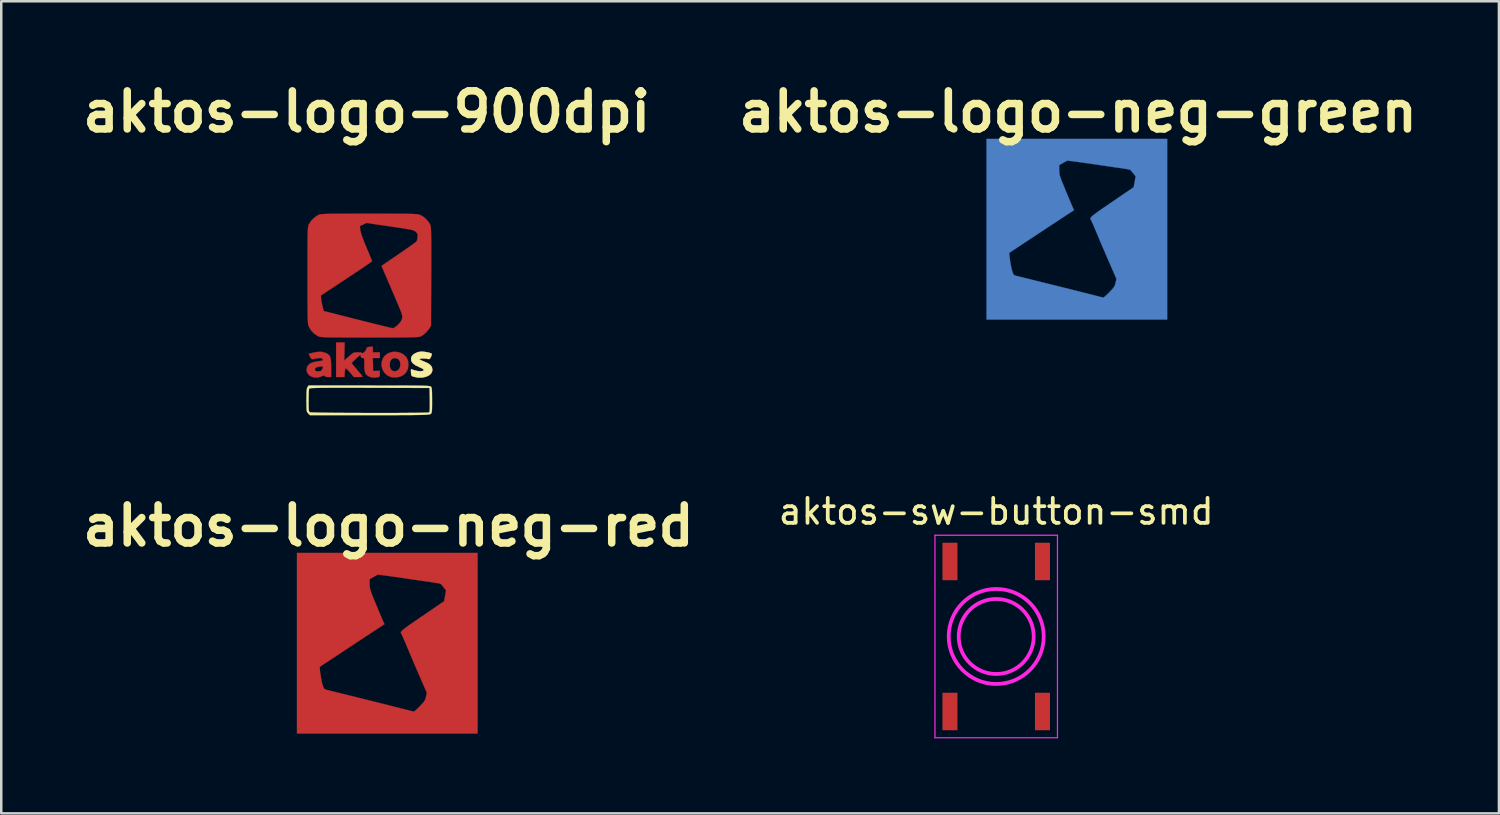
<source format=kicad_pcb>
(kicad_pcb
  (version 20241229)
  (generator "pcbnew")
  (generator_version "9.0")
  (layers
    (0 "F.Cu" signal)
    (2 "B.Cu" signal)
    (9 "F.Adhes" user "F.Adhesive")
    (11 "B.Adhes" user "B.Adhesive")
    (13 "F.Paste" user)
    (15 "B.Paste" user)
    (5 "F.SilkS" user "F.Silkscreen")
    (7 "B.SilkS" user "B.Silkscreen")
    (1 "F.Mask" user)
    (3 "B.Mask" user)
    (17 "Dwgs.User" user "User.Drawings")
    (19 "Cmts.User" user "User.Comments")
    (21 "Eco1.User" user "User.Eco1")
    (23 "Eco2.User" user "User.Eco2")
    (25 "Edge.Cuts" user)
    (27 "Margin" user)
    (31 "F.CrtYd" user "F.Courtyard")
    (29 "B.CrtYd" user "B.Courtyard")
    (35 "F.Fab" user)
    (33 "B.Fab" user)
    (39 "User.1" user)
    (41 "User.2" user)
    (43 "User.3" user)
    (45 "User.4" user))
  (footprint "aktos-logo-900dpi"
    (layer "F.Cu")
    (at 11.619 8.968)
    (property "Reference" "aktos-logo-900dpi" (at 0 -7.55 0) (layer "F.SilkS") (effects (font (size 1.524 1.524) (thickness 0.3))))
    (attr through_hole)
    (fp_poly (pts (xy 1.324 2.083) (xy 1.465 2.152) (xy 1.576 2.258) (xy 1.6 2.292) (xy 1.652 2.424) (xy 1.667 2.577) (xy 1.646 2.729) (xy 1.589 2.857) (xy 1.485 2.967) (xy 1.346 3.042) (xy 1.187 3.079) (xy 1.021 3.074) (xy 0.938 3.054) (xy 0.799 2.982) (xy 0.693 2.874) (xy 0.623 2.74) (xy 0.597 2.62) (xy 0.922 2.62) (xy 0.93 2.675) (xy 0.97 2.765) (xy 1.043 2.819) (xy 1.133 2.833) (xy 1.225 2.803) (xy 1.273 2.767) (xy 1.324 2.684) (xy 1.345 2.581) (xy 1.337 2.476) (xy 1.301 2.387) (xy 1.239 2.331) (xy 1.125 2.302) (xy 1.032 2.321) (xy 0.963 2.384) (xy 0.925 2.485) (xy 0.922 2.62) (xy 0.597 2.62) (xy 0.591 2.593) (xy 0.601 2.442) (xy 0.655 2.3) (xy 0.732 2.198) (xy 0.859 2.108) (xy 1.009 2.059) (xy 1.168 2.051) (xy 1.324 2.083)) (stroke (width 0.01) (type solid)) (fill yes) (layer "F.Cu"))
    (fp_poly (pts (xy 2.281 2.052) (xy 2.386 2.066) (xy 2.485 2.087) (xy 2.561 2.11) (xy 2.598 2.131) (xy 2.596 2.169) (xy 2.574 2.235) (xy 2.564 2.257) (xy 2.528 2.322) (xy 2.494 2.345) (xy 2.444 2.338) (xy 2.444 2.338) (xy 2.364 2.322) (xy 2.272 2.316) (xy 2.186 2.319) (xy 2.124 2.33) (xy 2.106 2.342) (xy 2.124 2.365) (xy 2.184 2.398) (xy 2.272 2.436) (xy 2.284 2.441) (xy 2.442 2.51) (xy 2.547 2.585) (xy 2.606 2.67) (xy 2.622 2.772) (xy 2.616 2.828) (xy 2.573 2.921) (xy 2.486 2.997) (xy 2.366 3.051) (xy 2.221 3.081) (xy 2.064 3.083) (xy 1.904 3.055) (xy 1.892 3.052) (xy 1.823 3.028) (xy 1.789 2.997) (xy 1.775 2.94) (xy 1.771 2.885) (xy 1.768 2.807) (xy 1.77 2.759) (xy 1.773 2.751) (xy 1.803 2.76) (xy 1.869 2.781) (xy 1.913 2.795) (xy 2.021 2.821) (xy 2.135 2.832) (xy 2.165 2.831) (xy 2.253 2.816) (xy 2.287 2.789) (xy 2.267 2.751) (xy 2.195 2.705) (xy 2.109 2.667) (xy 1.944 2.588) (xy 1.835 2.503) (xy 1.779 2.41) (xy 1.774 2.307) (xy 1.793 2.245) (xy 1.849 2.171) (xy 1.945 2.108) (xy 2.063 2.063) (xy 2.185 2.046) (xy 2.187 2.046) (xy 2.281 2.052)) (stroke (width 0.01) (type solid)) (fill yes) (layer "F.Cu"))
    (fp_poly (pts (xy -1.64 2.098) (xy -1.561 2.139) (xy -1.504 2.189) (xy -1.465 2.258) (xy -1.441 2.354) (xy -1.428 2.485) (xy -1.424 2.663) (xy -1.424 2.708) (xy -1.424 3.062) (xy -1.548 3.062) (xy -1.642 3.052) (xy -1.686 3.024) (xy -1.687 3.022) (xy -1.706 3) (xy -1.744 3.005) (xy -1.809 3.036) (xy -1.961 3.083) (xy -2.121 3.075) (xy -2.216 3.045) (xy -2.32 2.976) (xy -2.386 2.88) (xy -2.409 2.769) (xy -2.404 2.746) (xy -2.073 2.746) (xy -2.064 2.8) (xy -2.054 2.817) (xy -2.011 2.832) (xy -1.94 2.835) (xy -1.868 2.827) (xy -1.828 2.814) (xy -1.794 2.773) (xy -1.765 2.715) (xy -1.749 2.664) (xy -1.764 2.643) (xy -1.822 2.638) (xy -1.832 2.638) (xy -1.945 2.65) (xy -2.028 2.682) (xy -2.07 2.728) (xy -2.073 2.746) (xy -2.404 2.746) (xy -2.386 2.657) (xy -2.343 2.589) (xy -2.267 2.523) (xy -2.159 2.475) (xy -2.009 2.44) (xy -1.898 2.424) (xy -1.808 2.412) (xy -1.764 2.398) (xy -1.754 2.378) (xy -1.766 2.349) (xy -1.792 2.316) (xy -1.835 2.303) (xy -1.911 2.305) (xy -1.942 2.308) (xy -2.039 2.321) (xy -2.121 2.336) (xy -2.149 2.343) (xy -2.192 2.346) (xy -2.228 2.318) (xy -2.267 2.25) (xy -2.324 2.138) (xy -2.206 2.103) (xy -1.989 2.057) (xy -1.797 2.056) (xy -1.64 2.098)) (stroke (width 0.01) (type solid)) (fill yes) (layer "F.Cu"))
    (fp_poly (pts (xy -0.893 2.042) (xy -0.902 2.405) (xy -0.716 2.239) (xy -0.626 2.16) (xy -0.561 2.112) (xy -0.507 2.086) (xy -0.446 2.076) (xy -0.364 2.074) (xy -0.355 2.074) (xy -0.25 2.078) (xy -0.201 2.091) (xy -0.198 2.105) (xy -0.19 2.114) (xy -0.145 2.098) (xy -0.133 2.092) (xy -0.054 2.021) (xy -0.024 1.956) (xy -0.000495 1.896) (xy 0.036 1.867) (xy 0.106 1.855) (xy 0.122 1.854) (xy 0.241 1.845) (xy 0.241 2.074) (xy 0.523 2.074) (xy 0.523 2.3) (xy 0.239 2.3) (xy 0.247 2.561) (xy 0.255 2.822) (xy 0.389 2.817) (xy 0.523 2.813) (xy 0.523 2.934) (xy 0.52 3.011) (xy 0.502 3.049) (xy 0.457 3.068) (xy 0.435 3.072) (xy 0.294 3.088) (xy 0.171 3.07) (xy 0.083 3.036) (xy 0.009 2.992) (xy -0.043 2.934) (xy -0.075 2.85) (xy -0.092 2.732) (xy -0.098 2.568) (xy -0.098 2.55) (xy -0.098 2.431) (xy -0.102 2.357) (xy -0.112 2.318) (xy -0.132 2.303) (xy -0.164 2.3) (xy -0.168 2.3) (xy -0.221 2.289) (xy -0.238 2.246) (xy -0.239 2.225) (xy -0.241 2.191) (xy -0.253 2.18) (xy -0.283 2.196) (xy -0.339 2.243) (xy -0.419 2.316) (xy -0.5 2.393) (xy -0.563 2.455) (xy -0.598 2.493) (xy -0.602 2.499) (xy -0.586 2.526) (xy -0.54 2.586) (xy -0.472 2.67) (xy -0.395 2.761) (xy -0.31 2.862) (xy -0.238 2.947) (xy -0.188 3.008) (xy -0.168 3.034) (xy -0.184 3.05) (xy -0.248 3.059) (xy -0.333 3.062) (xy -0.516 3.062) (xy -0.663 2.885) (xy -0.736 2.803) (xy -0.797 2.742) (xy -0.836 2.711) (xy -0.842 2.709) (xy -0.861 2.735) (xy -0.876 2.808) (xy -0.882 2.885) (xy -0.89 3.062) (xy -1.226 3.062) (xy -1.226 1.679) (xy -0.885 1.679) (xy -0.893 2.042)) (stroke (width 0.01) (type solid)) (fill yes) (layer "F.Cu"))
    (fp_poly (pts (xy 0.464 -3.472) (xy 0.79 -3.471) (xy 1.067 -3.471) (xy 1.301 -3.47) (xy 1.496 -3.468) (xy 1.655 -3.466) (xy 1.783 -3.463) (xy 1.884 -3.459) (xy 1.962 -3.454) (xy 2.022 -3.448) (xy 2.067 -3.441) (xy 2.102 -3.432) (xy 2.132 -3.423) (xy 2.136 -3.421) (xy 2.252 -3.357) (xy 2.368 -3.259) (xy 2.469 -3.145) (xy 2.539 -3.03) (xy 2.555 -2.988) (xy 2.562 -2.945) (xy 2.567 -2.863) (xy 2.572 -2.74) (xy 2.575 -2.575) (xy 2.578 -2.365) (xy 2.58 -2.108) (xy 2.58 -1.801) (xy 2.58 -1.443) (xy 2.578 -1.031) (xy 2.578 -0.932) (xy 2.569 1.016) (xy 2.494 1.131) (xy 2.381 1.271) (xy 2.246 1.385) (xy 2.14 1.443) (xy 2.112 1.451) (xy 2.065 1.458) (xy 1.995 1.463) (xy 1.899 1.468) (xy 1.773 1.472) (xy 1.613 1.475) (xy 1.415 1.477) (xy 1.177 1.479) (xy 0.893 1.48) (xy 0.561 1.481) (xy 0.177 1.481) (xy 0.108 1.481) (xy -0.272 1.481) (xy -0.599 1.48) (xy -0.878 1.479) (xy -1.114 1.478) (xy -1.309 1.477) (xy -1.469 1.475) (xy -1.597 1.472) (xy -1.698 1.468) (xy -1.775 1.463) (xy -1.834 1.457) (xy -1.878 1.45) (xy -1.911 1.442) (xy -1.937 1.433) (xy -1.947 1.429) (xy -2.097 1.332) (xy -2.227 1.196) (xy -2.311 1.058) (xy -2.322 1.032) (xy -2.332 1.005) (xy -2.34 0.972) (xy -2.347 0.929) (xy -2.353 0.872) (xy -2.358 0.796) (xy -2.362 0.699) (xy -2.364 0.574) (xy -2.366 0.419) (xy -2.368 0.229) (xy -2.369 -0.001) (xy -2.369 -0.198) (xy -1.838 -0.198) (xy -1.824 -0.057) (xy -1.809 0.053) (xy -1.783 0.18) (xy -1.765 0.254) (xy -1.72 0.423) (xy -0.366 0.766) (xy -0.097 0.834) (xy 0.156 0.897) (xy 0.389 0.955) (xy 0.594 1.006) (xy 0.768 1.048) (xy 0.905 1.081) (xy 0.998 1.102) (xy 1.043 1.111) (xy 1.045 1.111) (xy 1.093 1.094) (xy 1.164 1.045) (xy 1.244 0.977) (xy 1.246 0.975) (xy 1.336 0.878) (xy 1.39 0.793) (xy 1.415 0.715) (xy 1.421 0.682) (xy 1.422 0.648) (xy 1.418 0.608) (xy 1.405 0.555) (xy 1.383 0.486) (xy 1.348 0.393) (xy 1.3 0.272) (xy 1.235 0.118) (xy 1.152 -0.076) (xy 1.05 -0.315) (xy 1.015 -0.395) (xy 0.59 -1.384) (xy 1.289 -1.861) (xy 1.465 -1.982) (xy 1.626 -2.093) (xy 1.766 -2.192) (xy 1.878 -2.273) (xy 1.957 -2.333) (xy 1.998 -2.367) (xy 2.001 -2.372) (xy 2.013 -2.419) (xy 2.027 -2.498) (xy 2.032 -2.53) (xy 2.039 -2.614) (xy 2.023 -2.672) (xy 1.975 -2.732) (xy 1.969 -2.738) (xy 1.946 -2.761) (xy 1.922 -2.78) (xy 1.889 -2.797) (xy 1.843 -2.813) (xy 1.778 -2.829) (xy 1.686 -2.847) (xy 1.563 -2.868) (xy 1.402 -2.893) (xy 1.198 -2.924) (xy 0.943 -2.961) (xy 0.937 -2.962) (xy -0.013 -3.102) (xy -0.143 -3.038) (xy -0.274 -2.975) (xy -0.261 -2.828) (xy -0.241 -2.732) (xy -0.196 -2.588) (xy -0.124 -2.396) (xy -0.026 -2.154) (xy -0.017 -2.134) (xy 0.051 -1.97) (xy 0.112 -1.824) (xy 0.16 -1.704) (xy 0.195 -1.618) (xy 0.212 -1.573) (xy 0.213 -1.569) (xy 0.19 -1.551) (xy 0.125 -1.504) (xy 0.022 -1.434) (xy -0.114 -1.341) (xy -0.277 -1.231) (xy -0.464 -1.106) (xy -0.669 -0.97) (xy -0.813 -0.875) (xy -1.838 -0.198) (xy -2.369 -0.198) (xy -2.369 -0.274) (xy -2.369 -0.595) (xy -2.369 -0.968) (xy -2.369 -1.002) (xy -2.369 -1.38) (xy -2.369 -1.705) (xy -2.369 -1.983) (xy -2.368 -2.216) (xy -2.366 -2.41) (xy -2.364 -2.568) (xy -2.361 -2.695) (xy -2.358 -2.794) (xy -2.353 -2.87) (xy -2.348 -2.928) (xy -2.341 -2.971) (xy -2.332 -3.003) (xy -2.323 -3.028) (xy -2.314 -3.047) (xy -2.219 -3.191) (xy -2.089 -3.321) (xy -1.945 -3.416) (xy -1.945 -3.416) (xy -1.921 -3.427) (xy -1.895 -3.436) (xy -1.861 -3.444) (xy -1.816 -3.451) (xy -1.755 -3.456) (xy -1.674 -3.461) (xy -1.569 -3.464) (xy -1.436 -3.467) (xy -1.271 -3.469) (xy -1.07 -3.47) (xy -0.827 -3.471) (xy -0.54 -3.471) (xy -0.203 -3.472) (xy 0.086 -3.472) (xy 0.464 -3.472)) (stroke (width 0.01) (type solid)) (fill yes) (layer "F.Cu"))
    (fp_poly (pts (xy 2.281 2.052) (xy 2.386 2.066) (xy 2.485 2.087) (xy 2.561 2.11) (xy 2.598 2.131) (xy 2.596 2.169) (xy 2.574 2.235) (xy 2.564 2.257) (xy 2.528 2.322) (xy 2.494 2.345) (xy 2.444 2.338) (xy 2.444 2.338) (xy 2.364 2.322) (xy 2.272 2.316) (xy 2.186 2.319) (xy 2.124 2.33) (xy 2.106 2.342) (xy 2.124 2.365) (xy 2.184 2.398) (xy 2.272 2.436) (xy 2.284 2.441) (xy 2.442 2.51) (xy 2.547 2.585) (xy 2.606 2.67) (xy 2.622 2.772) (xy 2.616 2.828) (xy 2.573 2.921) (xy 2.486 2.997) (xy 2.366 3.051) (xy 2.221 3.081) (xy 2.064 3.083) (xy 1.904 3.055) (xy 1.892 3.052) (xy 1.823 3.028) (xy 1.789 2.997) (xy 1.775 2.94) (xy 1.771 2.885) (xy 1.768 2.807) (xy 1.77 2.759) (xy 1.773 2.751) (xy 1.803 2.76) (xy 1.869 2.781) (xy 1.913 2.795) (xy 2.021 2.821) (xy 2.135 2.832) (xy 2.165 2.831) (xy 2.253 2.816) (xy 2.287 2.789) (xy 2.267 2.751) (xy 2.195 2.705) (xy 2.109 2.667) (xy 1.944 2.588) (xy 1.835 2.503) (xy 1.779 2.41) (xy 1.774 2.307) (xy 1.793 2.245) (xy 1.849 2.171) (xy 1.945 2.108) (xy 2.063 2.063) (xy 2.185 2.046) (xy 2.187 2.046) (xy 2.281 2.052)) (stroke (width 0.01) (type solid)) (fill yes) (layer "F.SilkS"))
    (fp_poly (pts (xy 0.529 3.401) (xy 0.905 3.401) (xy 1.232 3.401) (xy 1.513 3.402) (xy 1.751 3.404) (xy 1.95 3.405) (xy 2.115 3.407) (xy 2.247 3.41) (xy 2.35 3.414) (xy 2.429 3.418) (xy 2.487 3.423) (xy 2.526 3.429) (xy 2.551 3.435) (xy 2.565 3.443) (xy 2.567 3.445) (xy 2.584 3.469) (xy 2.596 3.511) (xy 2.604 3.578) (xy 2.609 3.678) (xy 2.611 3.82) (xy 2.612 3.994) (xy 2.612 4.174) (xy 2.61 4.306) (xy 2.606 4.398) (xy 2.6 4.46) (xy 2.589 4.498) (xy 2.573 4.522) (xy 2.551 4.54) (xy 2.549 4.542) (xy 2.533 4.55) (xy 2.507 4.557) (xy 2.466 4.563) (xy 2.408 4.568) (xy 2.329 4.572) (xy 2.225 4.576) (xy 2.094 4.578) (xy 1.93 4.581) (xy 1.731 4.583) (xy 1.493 4.584) (xy 1.213 4.585) (xy 0.886 4.585) (xy 0.511 4.586) (xy 0.107 4.586) (xy -2.273 4.586) (xy -2.343 4.517) (xy -2.368 4.489) (xy -2.387 4.459) (xy -2.399 4.418) (xy -2.406 4.357) (xy -2.41 4.265) (xy -2.412 4.135) (xy -2.412 3.999) (xy -2.327 3.999) (xy -2.326 4.168) (xy -2.324 4.29) (xy -2.319 4.372) (xy -2.31 4.424) (xy -2.297 4.454) (xy -2.278 4.471) (xy -2.278 4.471) (xy -2.242 4.475) (xy -2.156 4.479) (xy -2.023 4.483) (xy -1.849 4.487) (xy -1.639 4.49) (xy -1.398 4.493) (xy -1.131 4.495) (xy -0.844 4.497) (xy -0.541 4.498) (xy -0.228 4.499) (xy 0.091 4.5) (xy 0.41 4.5) (xy 0.724 4.5) (xy 1.028 4.5) (xy 1.317 4.499) (xy 1.586 4.497) (xy 1.83 4.495) (xy 2.043 4.493) (xy 2.221 4.49) (xy 2.359 4.486) (xy 2.45 4.482) (xy 2.491 4.478) (xy 2.493 4.477) (xy 2.506 4.454) (xy 2.516 4.401) (xy 2.521 4.311) (xy 2.523 4.178) (xy 2.521 3.996) (xy 2.521 3.977) (xy 2.513 3.499) (xy 0.116 3.492) (xy -0.324 3.491) (xy -0.711 3.49) (xy -1.047 3.49) (xy -1.335 3.49) (xy -1.58 3.492) (xy -1.783 3.493) (xy -1.948 3.496) (xy -2.077 3.499) (xy -2.174 3.503) (xy -2.242 3.507) (xy -2.284 3.513) (xy -2.303 3.519) (xy -2.304 3.52) (xy -2.312 3.56) (xy -2.318 3.645) (xy -2.323 3.765) (xy -2.326 3.91) (xy -2.327 3.999) (xy -2.412 3.999) (xy -2.412 3.987) (xy -2.411 3.805) (xy -2.407 3.672) (xy -2.401 3.578) (xy -2.39 3.515) (xy -2.375 3.474) (xy -2.368 3.463) (xy -2.324 3.4) (xy 0.1 3.4) (xy 0.529 3.401)) (stroke (width 0.01) (type solid)) (fill yes) (layer "F.SilkS")))
  (footprint "aktos-sw-button-smd"
    (layer "F.Cu")
    (at 36.795 22.407)
    (property "Reference" "aktos-sw-button-smd" (at 0 -5 0) (layer "F.SilkS") (effects (font (size 1 1) (thickness 0.15))))
    (attr smd)
    (fp_line (start -2.45 -4.05) (end 2.45 -4.05) (stroke (width 0.05) (type solid)) (layer "F.CrtYd"))
    (fp_line (start -2.45 4.05) (end -2.45 -4.05) (stroke (width 0.05) (type solid)) (layer "F.CrtYd"))
    (fp_line (start 2.45 -4.05) (end 2.45 4.05) (stroke (width 0.05) (type solid)) (layer "F.CrtYd"))
    (fp_line (start 2.45 4.05) (end -2.45 4.05) (stroke (width 0.05) (type solid)) (layer "F.CrtYd"))
    (fp_circle (center 0 0) (end 1.5 0) (stroke (width 0.15) (type solid)) (fill no) (layer "F.CrtYd"))
    (fp_circle (center 0 0) (end 1.9 0) (stroke (width 0.15) (type solid)) (fill no) (layer "F.CrtYd"))
    (pad "1" smd rect (at -1.85 -3 90) (size 1.5 0.6) (layers "F.Cu" "F.Mask" "F.Paste"))
    (pad "1" smd rect (at -1.85 3 90) (size 1.5 0.6) (layers "F.Cu" "F.Mask" "F.Paste"))
    (pad "2" smd rect (at 1.85 -3 90) (size 1.5 0.6) (layers "F.Cu" "F.Mask" "F.Paste"))
    (pad "2" smd rect (at 1.85 3 90) (size 1.5 0.6) (layers "F.Cu" "F.Mask" "F.Paste")))
  (footprint "aktos-logo-neg-green"
    (layer "F.Cu")
    (at 40.02 6.118)
    (property "Reference" "aktos-logo-neg-green" (at 0.05 -4.7 0) (layer "F.SilkS") (effects (font (size 1.524 1.524) (thickness 0.3))))
    (attr through_hole)
    (fp_poly (pts (xy 3.612 3.612) (xy -3.612 3.612) (xy -3.612 0.974) (xy -2.703 0.974) (xy -2.698 1.048) (xy -2.686 1.152) (xy -2.669 1.272) (xy -2.648 1.397) (xy -2.627 1.511) (xy -2.606 1.604) (xy -2.599 1.63) (xy -2.566 1.734) (xy -2.538 1.798) (xy -2.506 1.833) (xy -2.462 1.853) (xy -2.439 1.86) (xy -2.389 1.873) (xy -2.29 1.898) (xy -2.152 1.932) (xy -1.98 1.975) (xy -1.782 2.024) (xy -1.565 2.078) (xy -1.403 2.118) (xy -1.135 2.185) (xy -0.844 2.257) (xy -0.545 2.331) (xy -0.253 2.405) (xy 0.016 2.472) (xy 0.249 2.531) (xy 0.282 2.54) (xy 0.48 2.59) (xy 0.66 2.635) (xy 0.815 2.674) (xy 0.938 2.705) (xy 1.022 2.725) (xy 1.059 2.733) (xy 1.059 2.734) (xy 1.089 2.716) (xy 1.149 2.666) (xy 1.229 2.591) (xy 1.302 2.519) (xy 1.4 2.416) (xy 1.465 2.339) (xy 1.506 2.275) (xy 1.532 2.21) (xy 1.549 2.142) (xy 1.583 1.984) (xy 1.339 1.422) (xy 1.265 1.252) (xy 1.197 1.094) (xy 1.137 0.958) (xy 1.092 0.852) (xy 1.063 0.787) (xy 1.058 0.776) (xy 1.036 0.724) (xy 0.996 0.63) (xy 0.942 0.503) (xy 0.879 0.352) (xy 0.81 0.187) (xy 0.802 0.169) (xy 0.735 0.009) (xy 0.673 -0.135) (xy 0.621 -0.253) (xy 0.583 -0.336) (xy 0.562 -0.377) (xy 0.56 -0.38) (xy 0.543 -0.41) (xy 0.546 -0.444) (xy 0.574 -0.486) (xy 0.632 -0.542) (xy 0.724 -0.615) (xy 0.854 -0.709) (xy 1.024 -0.827) (xy 1.203 -0.949) (xy 1.398 -1.083) (xy 1.592 -1.215) (xy 1.769 -1.337) (xy 1.891 -1.42) (xy 2.272 -1.68) (xy 2.312 -1.896) (xy 2.351 -2.112) (xy 2.256 -2.234) (xy 2.198 -2.306) (xy 2.152 -2.358) (xy 2.134 -2.375) (xy 2.09 -2.389) (xy 1.99 -2.408) (xy 1.835 -2.433) (xy 1.624 -2.463) (xy 1.566 -2.471) (xy 1.515 -2.478) (xy 1.417 -2.492) (xy 1.281 -2.512) (xy 1.116 -2.536) (xy 0.931 -2.564) (xy 0.818 -2.58) (xy 0.612 -2.611) (xy 0.408 -2.64) (xy 0.216 -2.667) (xy 0.051 -2.69) (xy -0.076 -2.707) (xy -0.113 -2.712) (xy -0.382 -2.746) (xy -0.544 -2.654) (xy -0.706 -2.563) (xy -0.706 -2.365) (xy -0.704 -2.295) (xy -0.698 -2.229) (xy -0.684 -2.16) (xy -0.66 -2.078) (xy -0.622 -1.974) (xy -0.568 -1.837) (xy -0.495 -1.66) (xy -0.482 -1.627) (xy -0.409 -1.452) (xy -0.339 -1.284) (xy -0.275 -1.133) (xy -0.224 -1.012) (xy -0.188 -0.93) (xy -0.186 -0.924) (xy -0.113 -0.761) (xy -0.388 -0.583) (xy -0.446 -0.545) (xy -0.542 -0.482) (xy -0.671 -0.397) (xy -0.827 -0.295) (xy -1.004 -0.178) (xy -1.197 -0.051) (xy -1.399 0.083) (xy -1.605 0.219) (xy -1.81 0.354) (xy -2.006 0.483) (xy -2.189 0.605) (xy -2.353 0.713) (xy -2.492 0.805) (xy -2.6 0.877) (xy -2.672 0.924) (xy -2.699 0.943) (xy -2.703 0.974) (xy -3.612 0.974) (xy -3.612 -3.09) (xy 3.5 -3.09) (xy 3.514 -3.076) (xy 3.528 -3.09) (xy 3.514 -3.104) (xy 3.5 -3.09) (xy -3.612 -3.09) (xy -3.612 -3.612) (xy 3.612 -3.612) (xy 3.612 3.612)) (stroke (width 0.01) (type solid)) (fill yes) (layer "B.Cu")))
  (footprint "aktos-logo-neg-red"
    (layer "F.Cu")
    (at 12.44 22.677)
    (property "Reference" "aktos-logo-neg-red" (at 0.05 -4.7 0) (layer "F.SilkS") (effects (font (size 1.524 1.524) (thickness 0.3))))
    (attr through_hole)
    (fp_poly (pts (xy 3.612 3.612) (xy -3.612 3.612) (xy -3.612 0.974) (xy -2.703 0.974) (xy -2.698 1.048) (xy -2.686 1.152) (xy -2.669 1.272) (xy -2.648 1.397) (xy -2.627 1.511) (xy -2.606 1.604) (xy -2.599 1.63) (xy -2.566 1.734) (xy -2.538 1.798) (xy -2.506 1.833) (xy -2.462 1.853) (xy -2.439 1.86) (xy -2.389 1.873) (xy -2.29 1.898) (xy -2.152 1.932) (xy -1.98 1.975) (xy -1.782 2.024) (xy -1.565 2.078) (xy -1.403 2.118) (xy -1.135 2.185) (xy -0.844 2.257) (xy -0.545 2.331) (xy -0.253 2.405) (xy 0.016 2.472) (xy 0.249 2.531) (xy 0.282 2.54) (xy 0.48 2.59) (xy 0.66 2.635) (xy 0.815 2.674) (xy 0.938 2.705) (xy 1.022 2.725) (xy 1.059 2.733) (xy 1.059 2.734) (xy 1.089 2.716) (xy 1.149 2.666) (xy 1.229 2.591) (xy 1.302 2.519) (xy 1.4 2.416) (xy 1.465 2.339) (xy 1.506 2.275) (xy 1.532 2.21) (xy 1.549 2.142) (xy 1.583 1.984) (xy 1.339 1.422) (xy 1.265 1.252) (xy 1.197 1.094) (xy 1.137 0.958) (xy 1.092 0.852) (xy 1.063 0.787) (xy 1.058 0.776) (xy 1.036 0.724) (xy 0.996 0.63) (xy 0.942 0.503) (xy 0.879 0.352) (xy 0.81 0.187) (xy 0.802 0.169) (xy 0.735 0.009) (xy 0.673 -0.135) (xy 0.621 -0.253) (xy 0.583 -0.336) (xy 0.562 -0.377) (xy 0.56 -0.38) (xy 0.543 -0.41) (xy 0.546 -0.444) (xy 0.574 -0.486) (xy 0.632 -0.542) (xy 0.724 -0.615) (xy 0.854 -0.709) (xy 1.024 -0.827) (xy 1.203 -0.949) (xy 1.398 -1.083) (xy 1.592 -1.215) (xy 1.769 -1.337) (xy 1.891 -1.42) (xy 2.272 -1.68) (xy 2.312 -1.896) (xy 2.351 -2.112) (xy 2.256 -2.234) (xy 2.198 -2.306) (xy 2.152 -2.358) (xy 2.134 -2.375) (xy 2.09 -2.389) (xy 1.99 -2.408) (xy 1.835 -2.433) (xy 1.624 -2.463) (xy 1.566 -2.471) (xy 1.515 -2.478) (xy 1.417 -2.492) (xy 1.281 -2.512) (xy 1.116 -2.536) (xy 0.931 -2.564) (xy 0.818 -2.58) (xy 0.612 -2.611) (xy 0.408 -2.64) (xy 0.216 -2.667) (xy 0.051 -2.69) (xy -0.076 -2.707) (xy -0.113 -2.712) (xy -0.382 -2.746) (xy -0.544 -2.654) (xy -0.706 -2.563) (xy -0.706 -2.365) (xy -0.704 -2.295) (xy -0.698 -2.229) (xy -0.684 -2.16) (xy -0.66 -2.078) (xy -0.622 -1.974) (xy -0.568 -1.837) (xy -0.495 -1.66) (xy -0.482 -1.627) (xy -0.409 -1.452) (xy -0.339 -1.284) (xy -0.275 -1.133) (xy -0.224 -1.012) (xy -0.188 -0.93) (xy -0.186 -0.924) (xy -0.113 -0.761) (xy -0.388 -0.583) (xy -0.446 -0.545) (xy -0.542 -0.482) (xy -0.671 -0.397) (xy -0.827 -0.295) (xy -1.004 -0.178) (xy -1.197 -0.051) (xy -1.399 0.083) (xy -1.605 0.219) (xy -1.81 0.354) (xy -2.006 0.483) (xy -2.189 0.605) (xy -2.353 0.713) (xy -2.492 0.805) (xy -2.6 0.877) (xy -2.672 0.924) (xy -2.699 0.943) (xy -2.703 0.974) (xy -3.612 0.974) (xy -3.612 -3.09) (xy 3.5 -3.09) (xy 3.514 -3.076) (xy 3.528 -3.09) (xy 3.514 -3.104) (xy 3.5 -3.09) (xy -3.612 -3.09) (xy -3.612 -3.612) (xy 3.612 -3.612) (xy 3.612 3.612)) (stroke (width 0.01) (type solid)) (fill yes) (layer "F.Cu")))
  (gr_rect
    (start -3 -3)
    (end 56.902 29.482)
    (stroke (width 0.1) (type default))
    (fill no)
    (layer "Edge.Cuts")))
</source>
